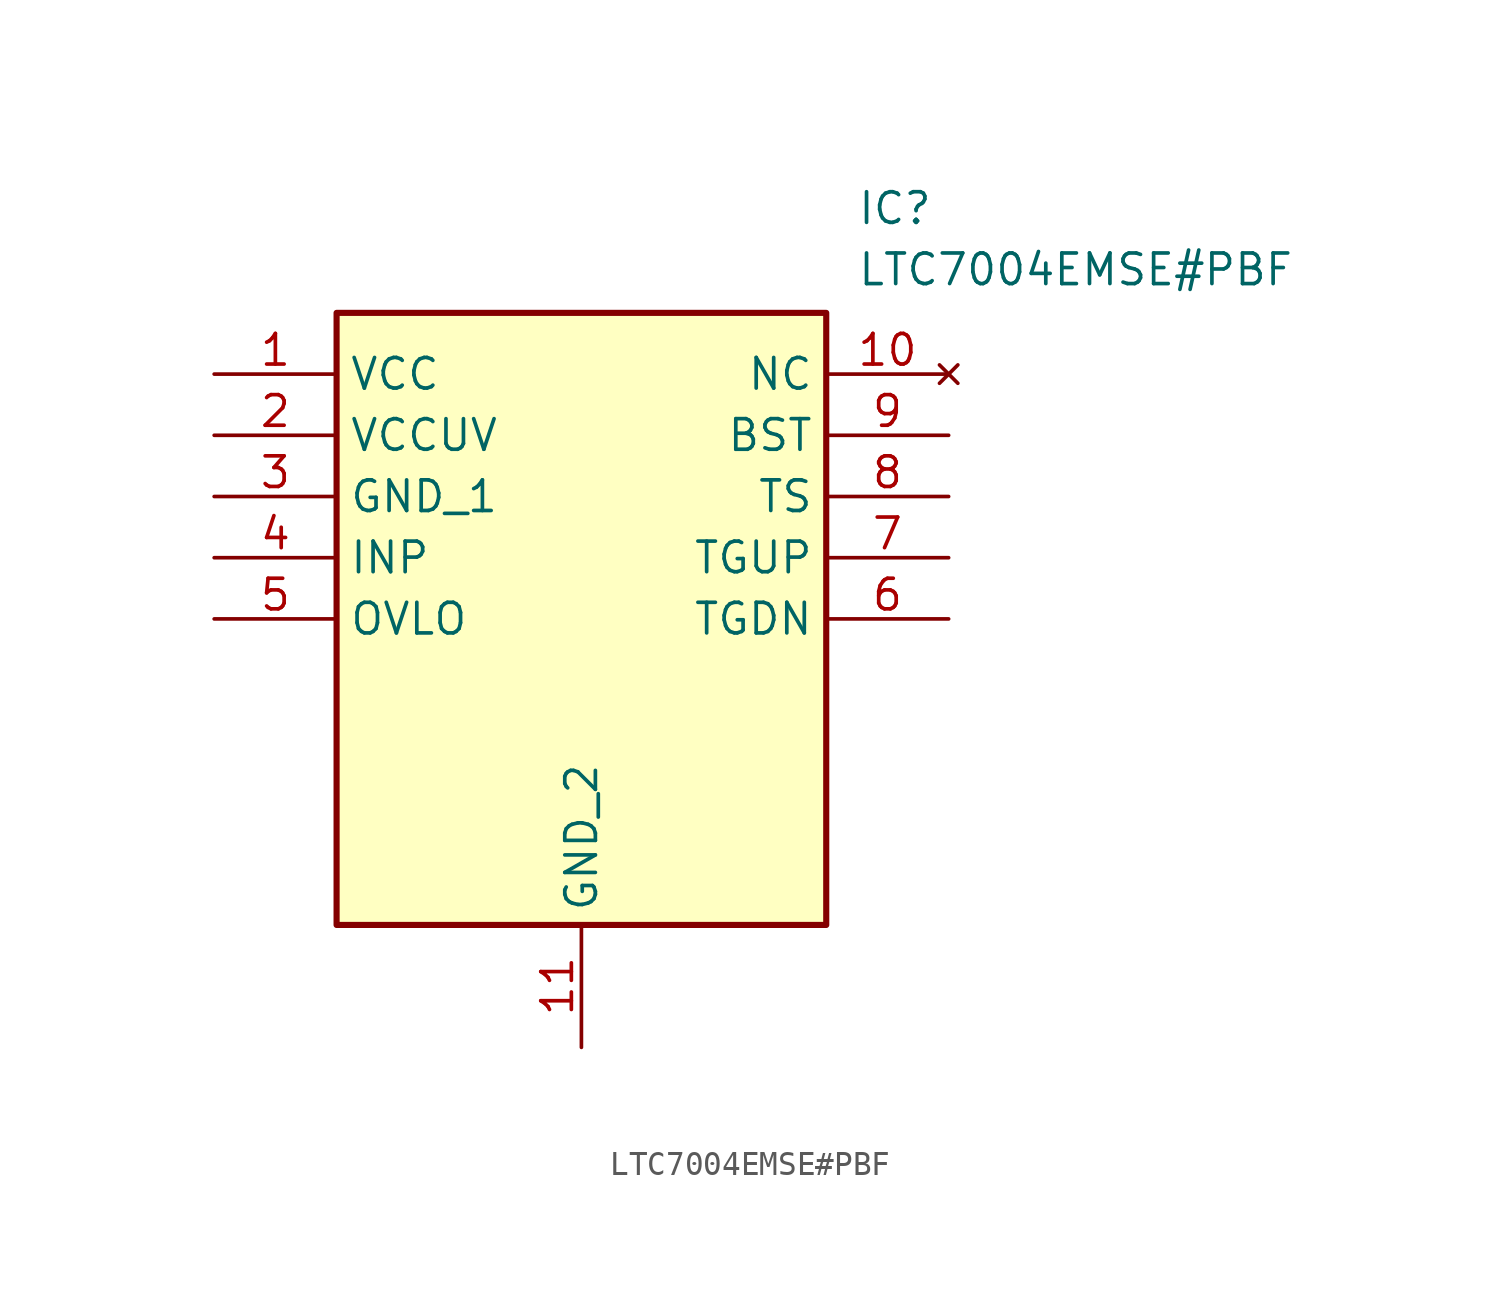
<source format=kicad_sym>
(kicad_symbol_lib
  (version 20211014)
  (generator SamacSys_ECAD_Model)
  (symbol "LTC7004EMSE#PBF"
    (property "Reference" "IC"
      (at 26.67 7.62 0)
      (effects (font (size 1.27 1.27)) (justify left top)))
    (property "Value" "LTC7004EMSE#PBF"
      (at 26.67 5.08 0)
      (effects (font (size 1.27 1.27)) (justify left top)))
    (rectangle
      (start 5.08 2.54)
      (end 25.4 -22.86)
      (stroke (width 0.254) (type default))
      (fill (type background)))
    (pin passive line
      (at 0 0 0)
      (length 5.08)
      (name "VCC" (effects (font (size 1.27 1.27))))
      (number "1" (effects (font (size 1.27 1.27)))))
    (pin passive line
      (at 0 -2.54 0)
      (length 5.08)
      (name "VCCUV" (effects (font (size 1.27 1.27))))
      (number "2" (effects (font (size 1.27 1.27)))))
    (pin passive line
      (at 0 -5.08 0)
      (length 5.08)
      (name "GND_1" (effects (font (size 1.27 1.27))))
      (number "3" (effects (font (size 1.27 1.27)))))
    (pin passive line
      (at 0 -7.62 0)
      (length 5.08)
      (name "INP" (effects (font (size 1.27 1.27))))
      (number "4" (effects (font (size 1.27 1.27)))))
    (pin passive line
      (at 0 -10.16 0)
      (length 5.08)
      (name "OVLO" (effects (font (size 1.27 1.27))))
      (number "5" (effects (font (size 1.27 1.27)))))
    (pin passive line
      (at 15.24 -27.94 90)
      (length 5.08)
      (name "GND_2" (effects (font (size 1.27 1.27))))
      (number "11" (effects (font (size 1.27 1.27)))))
    (pin no_connect line
      (at 30.48 0 180)
      (length 5.08)
      (name "NC" (effects (font (size 1.27 1.27))))
      (number "10" (effects (font (size 1.27 1.27)))))
    (pin passive line
      (at 30.48 -2.54 180)
      (length 5.08)
      (name "BST" (effects (font (size 1.27 1.27))))
      (number "9" (effects (font (size 1.27 1.27)))))
    (pin passive line
      (at 30.48 -5.08 180)
      (length 5.08)
      (name "TS" (effects (font (size 1.27 1.27))))
      (number "8" (effects (font (size 1.27 1.27)))))
    (pin passive line
      (at 30.48 -7.62 180)
      (length 5.08)
      (name "TGUP" (effects (font (size 1.27 1.27))))
      (number "7" (effects (font (size 1.27 1.27)))))
    (pin passive line
      (at 30.48 -10.16 180)
      (length 5.08)
      (name "TGDN" (effects (font (size 1.27 1.27))))
      (number "6" (effects (font (size 1.27 1.27)))))))
</source>
